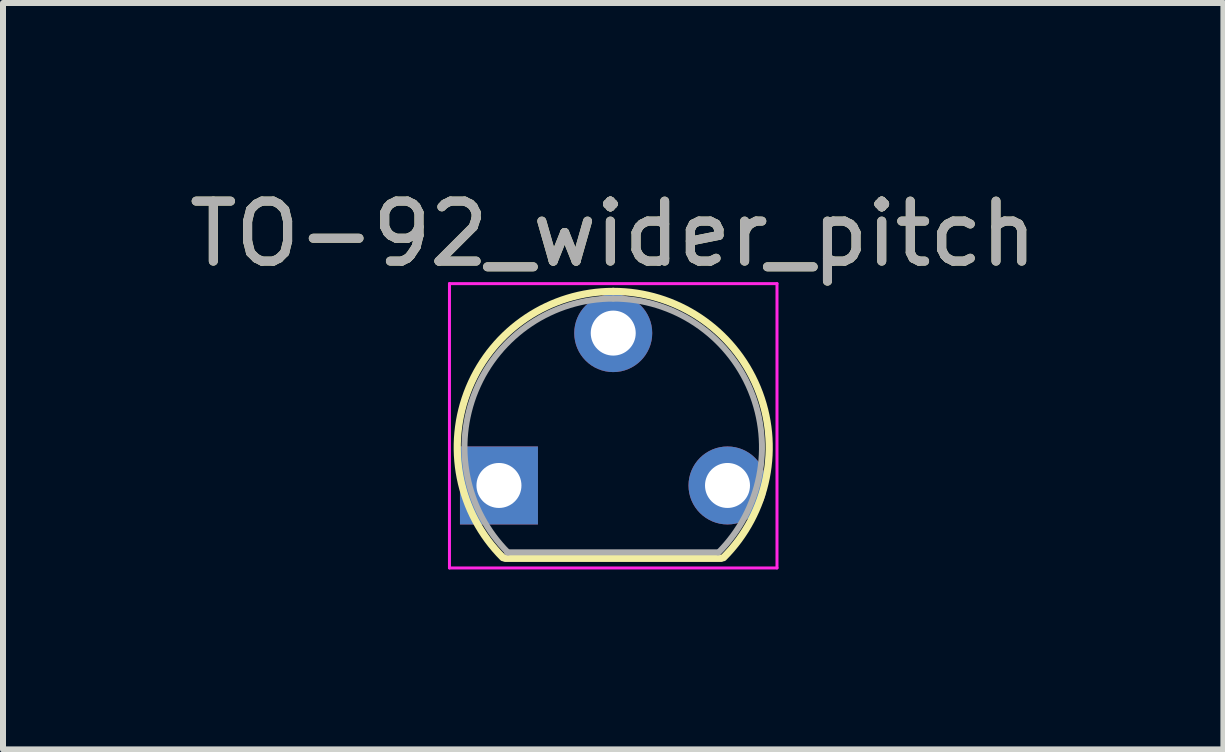
<source format=kicad_pcb>
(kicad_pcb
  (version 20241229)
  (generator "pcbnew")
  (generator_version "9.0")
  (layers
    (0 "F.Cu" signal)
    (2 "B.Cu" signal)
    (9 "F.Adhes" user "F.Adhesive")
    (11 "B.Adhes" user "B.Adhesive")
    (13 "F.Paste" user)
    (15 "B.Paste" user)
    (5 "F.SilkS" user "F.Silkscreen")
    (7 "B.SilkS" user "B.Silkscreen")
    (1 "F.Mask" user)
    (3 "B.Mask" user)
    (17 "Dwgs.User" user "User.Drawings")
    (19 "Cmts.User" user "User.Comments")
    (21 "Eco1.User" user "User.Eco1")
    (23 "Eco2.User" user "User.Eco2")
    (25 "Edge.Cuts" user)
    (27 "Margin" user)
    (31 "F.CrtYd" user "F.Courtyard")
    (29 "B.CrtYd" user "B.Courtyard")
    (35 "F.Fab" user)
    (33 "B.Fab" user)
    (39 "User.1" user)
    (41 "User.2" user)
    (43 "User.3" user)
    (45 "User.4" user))
  (footprint "TO-92_wider_pitch"
    (layer "F.Cu")
    (at 5.903 4.408)
    (property "Reference" "TO-92_wider_pitch" (at 1.27 -3.56 0) (layer "F.SilkS") (effects (font (size 1 1) (thickness 0.15))))
    (attr through_hole)
    (fp_line (start -0.53 1.85) (end 3.07 1.85) (stroke (width 0.12) (type solid)) (layer "F.SilkS"))
    (fp_arc (start -0.568478 1.838478) (mid -1.132087 -0.994977) (end 1.27 -2.6) (stroke (width 0.12) (type solid)) (layer "F.SilkS"))
    (fp_arc (start 1.27 -2.6) (mid 3.672087 -0.994977) (end 3.108478 1.838478) (stroke (width 0.12) (type solid)) (layer "F.SilkS"))
    (fp_line (start -1.46 -2.73) (end -1.46 2.01) (stroke (width 0.05) (type solid)) (layer "F.CrtYd"))
    (fp_line (start -1.46 -2.73) (end 4 -2.73) (stroke (width 0.05) (type solid)) (layer "F.CrtYd"))
    (fp_line (start 4 2.01) (end -1.46 2.01) (stroke (width 0.05) (type solid)) (layer "F.CrtYd"))
    (fp_line (start 4 2.01) (end 4 -2.73) (stroke (width 0.05) (type solid)) (layer "F.CrtYd"))
    (fp_line (start -0.5 1.75) (end 3 1.75) (stroke (width 0.1) (type solid)) (layer "F.Fab"))
    (fp_arc (start -0.483625 1.753625) (mid -1.021221 -0.949055) (end 1.27 -2.48) (stroke (width 0.1) (type solid)) (layer "F.Fab"))
    (fp_arc (start 1.27 -2.48) (mid 3.561221 -0.949055) (end 3.023625 1.753625) (stroke (width 0.1) (type solid)) (layer "F.Fab"))
    (fp_text user "${REFERENCE}" (at 1.27 -3.56 0) (layer "F.Fab") (effects (font (size 1 1) (thickness 0.15))))
    (pad "1" thru_hole rect (at -0.635 0.635 90) (size 1.3 1.3) (drill 0.75) (layers "*.Cu" "*.Mask"))
    (pad "2" thru_hole circle (at 1.27 -1.905 90) (size 1.3 1.3) (drill 0.75) (layers "*.Cu" "*.Mask"))
    (pad "3" thru_hole circle (at 3.175 0.635 90) (size 1.3 1.3) (drill 0.75) (layers "*.Cu" "*.Mask")))
  (gr_rect
    (start -3 -3)
    (end 17.345 9.443)
    (stroke (width 0.1) (type default))
    (fill no)
    (layer "Edge.Cuts")))
</source>
